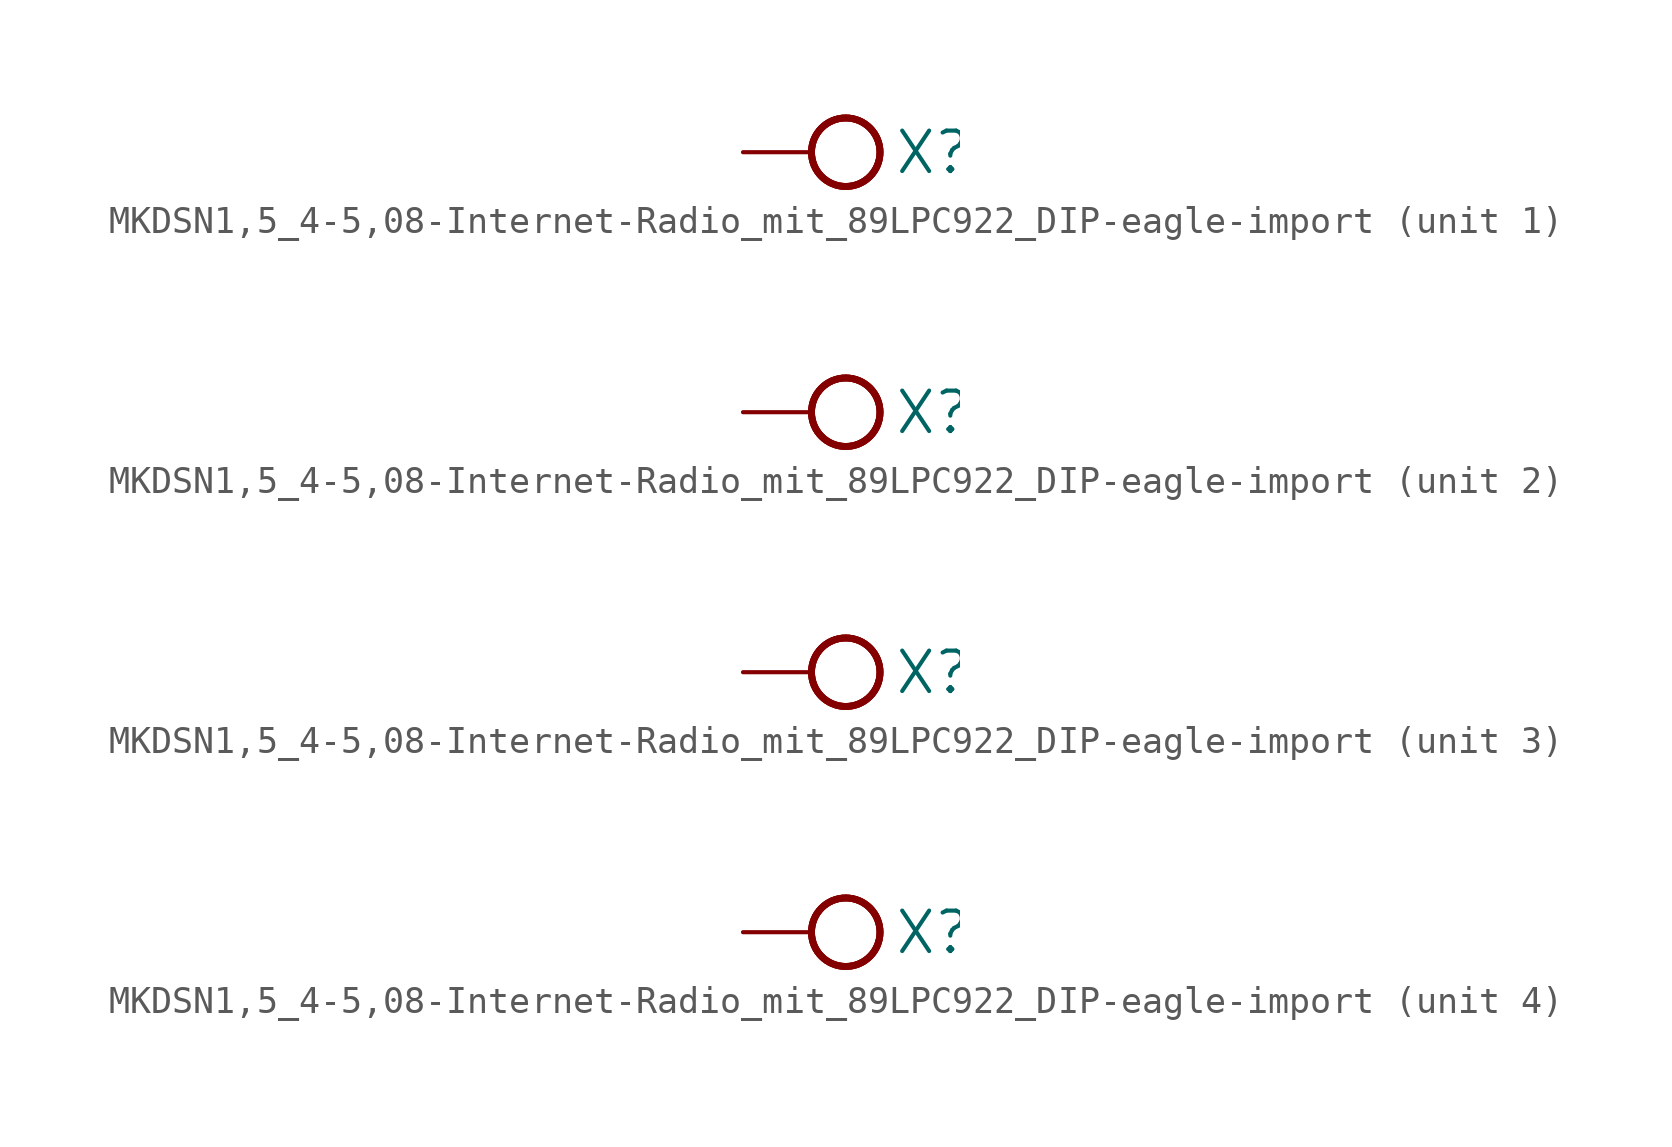
<source format=kicad_sym>
(kicad_symbol_lib
  (version 20220914)
  (generator kicad_symbol_editor)
  (symbol "MKDSN1,5_4-5,08-Internet-Radio_mit_89LPC922_DIP-eagle-import"
    (pin_names
      (offset 1.016))
    (property "Reference" "X"
      (at 3.048 -0.889 0)
      (effects (font (size 1.499 1.499)) (justify left bottom)))
    (property "ki_locked" ""
      (at 0 0 0)
      (effects (font (size 1.27 1.27))))
    (symbol "MKDSN1,5_4-5,08-Internet-Radio_mit_89LPC922_DIP-eagle-import_1_0"
      (circle (center 1.27 0) (radius 1.27) (stroke (width 0.254) (type solid)) (fill (type none)))
      (circle (center 1.27 0) (radius 1.27) (stroke (width 0.254) (type solid)) (fill (type none)))
      (circle (center 1.27 0) (radius 1.27) (stroke (width 0.254) (type solid)) (fill (type none)))
      (pin passive line (at -2.54 0 0) (length 2.54) (name "KL" (effects (font (size 0 0)))) (number "1" (effects (font (size 0 0))))))
    (symbol "MKDSN1,5_4-5,08-Internet-Radio_mit_89LPC922_DIP-eagle-import_2_0"
      (circle (center 1.27 0) (radius 1.27) (stroke (width 0.254) (type solid)) (fill (type none)))
      (circle (center 1.27 0) (radius 1.27) (stroke (width 0.254) (type solid)) (fill (type none)))
      (circle (center 1.27 0) (radius 1.27) (stroke (width 0.254) (type solid)) (fill (type none)))
      (pin passive line (at -2.54 0 0) (length 2.54) (name "KL" (effects (font (size 0 0)))) (number "2" (effects (font (size 0 0))))))
    (symbol "MKDSN1,5_4-5,08-Internet-Radio_mit_89LPC922_DIP-eagle-import_3_0"
      (circle (center 1.27 0) (radius 1.27) (stroke (width 0.254) (type solid)) (fill (type none)))
      (circle (center 1.27 0) (radius 1.27) (stroke (width 0.254) (type solid)) (fill (type none)))
      (circle (center 1.27 0) (radius 1.27) (stroke (width 0.254) (type solid)) (fill (type none)))
      (pin passive line (at -2.54 0 0) (length 2.54) (name "KL" (effects (font (size 0 0)))) (number "3" (effects (font (size 0 0))))))
    (symbol "MKDSN1,5_4-5,08-Internet-Radio_mit_89LPC922_DIP-eagle-import_4_0"
      (circle (center 1.27 0) (radius 1.27) (stroke (width 0.254) (type solid)) (fill (type none)))
      (circle (center 1.27 0) (radius 1.27) (stroke (width 0.254) (type solid)) (fill (type none)))
      (circle (center 1.27 0) (radius 1.27) (stroke (width 0.254) (type solid)) (fill (type none)))
      (pin passive line (at -2.54 0 0) (length 2.54) (name "KL" (effects (font (size 0 0)))) (number "4" (effects (font (size 0 0))))))))
</source>
